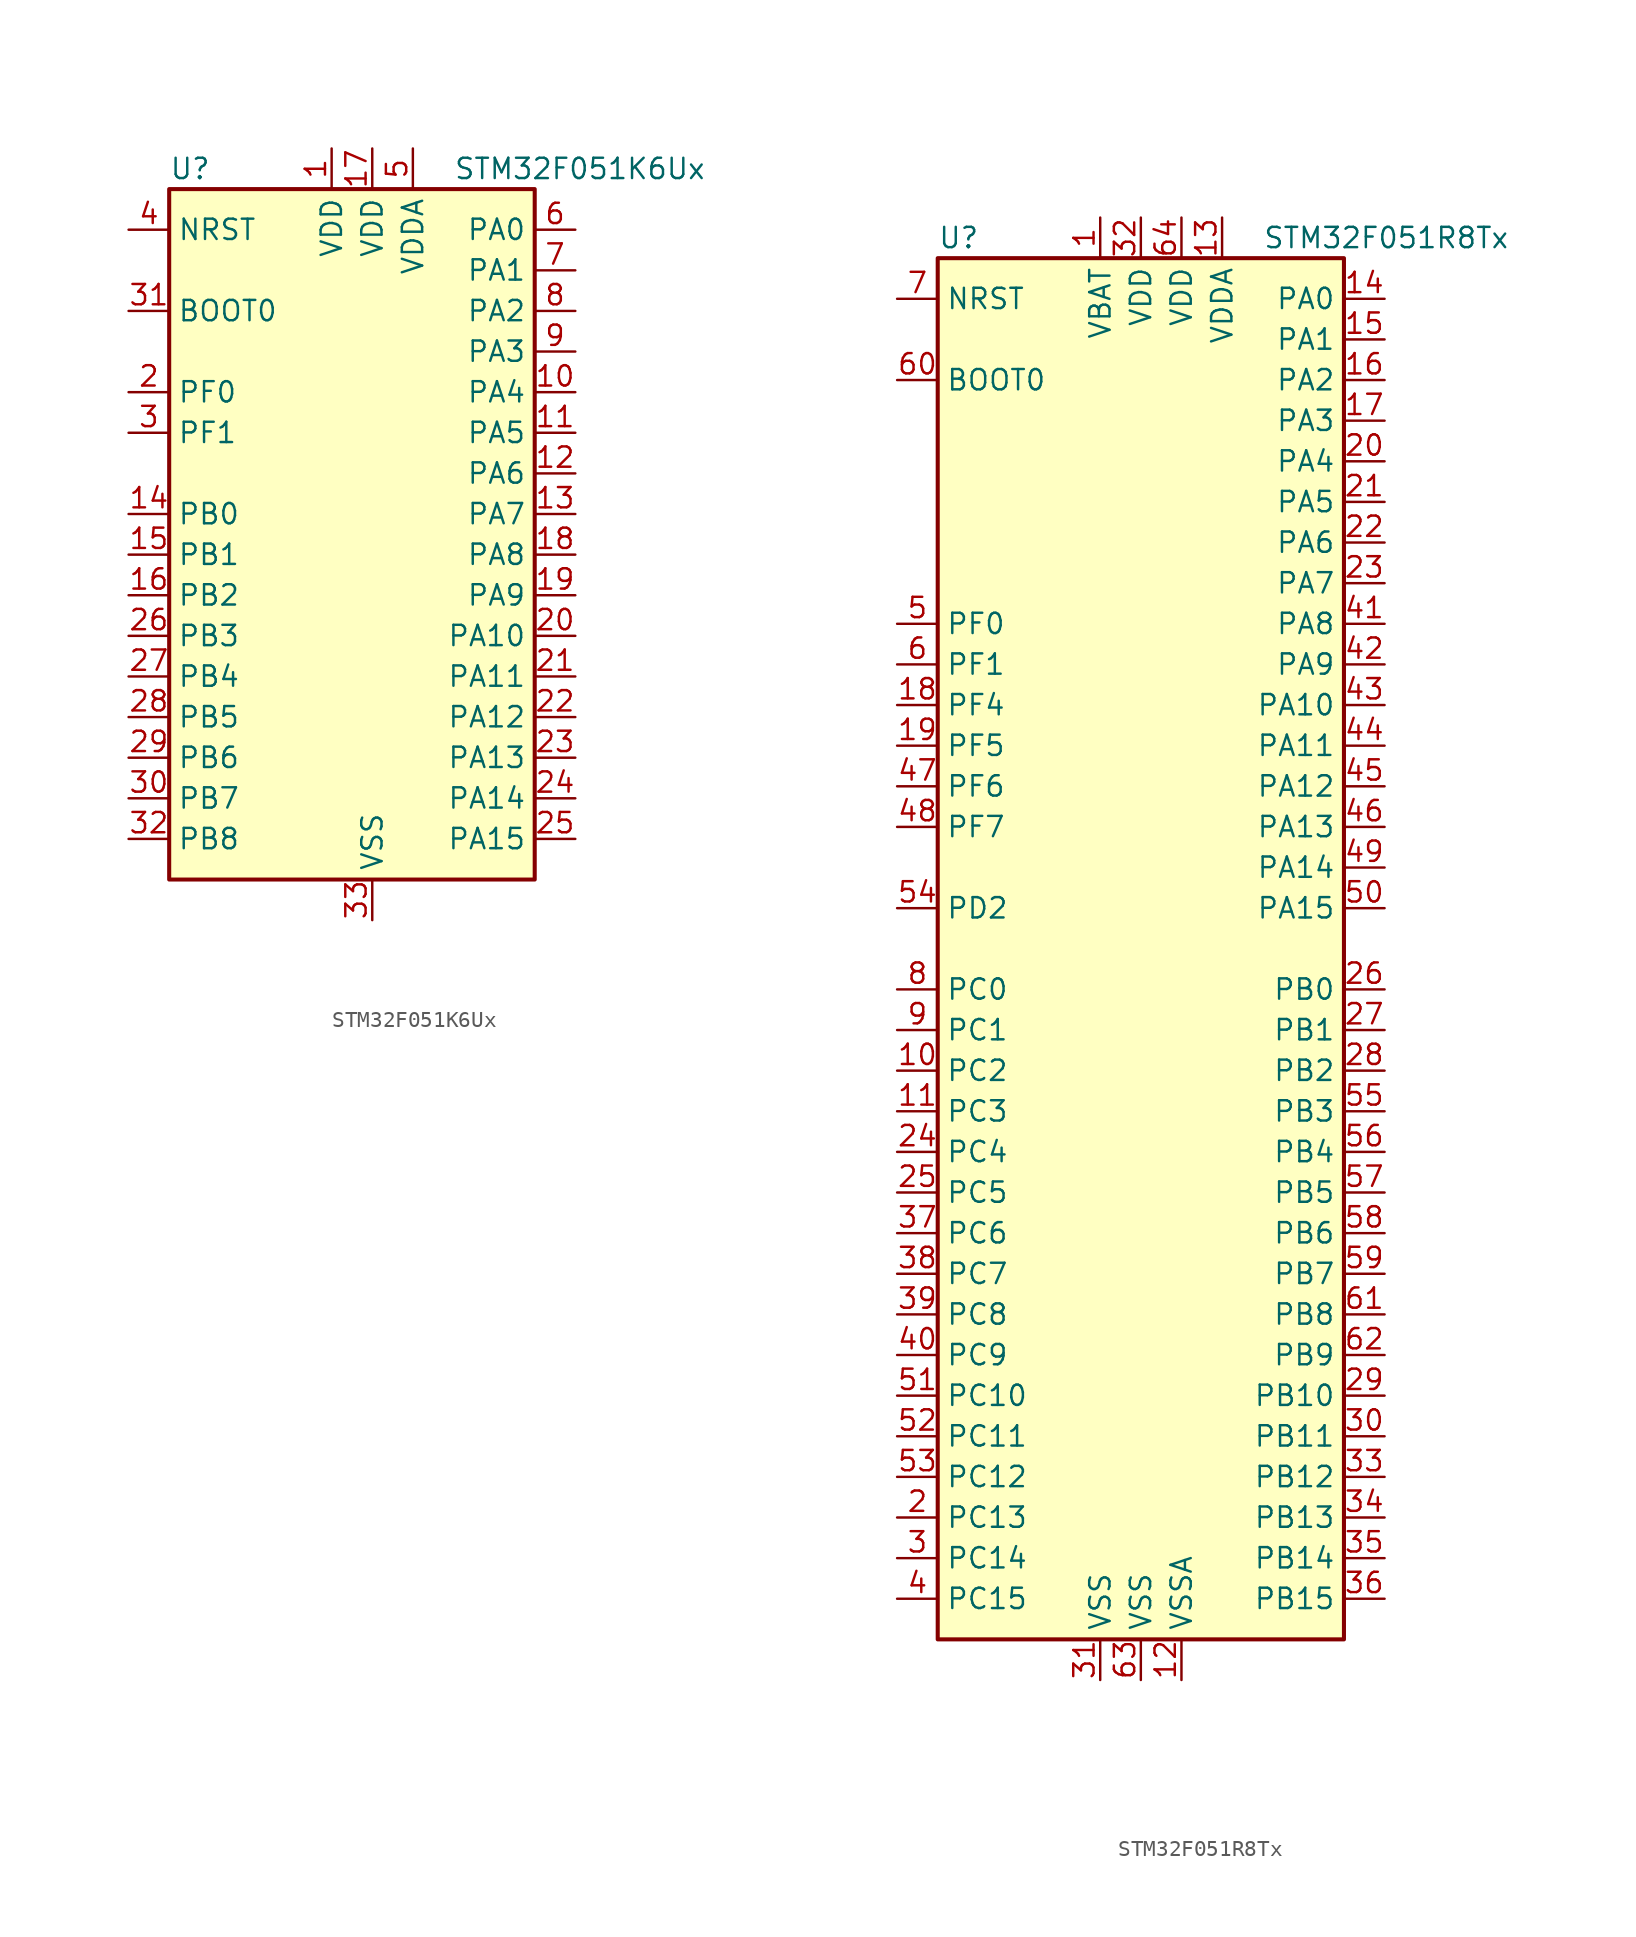
<source format=kicad_sym>
(kicad_symbol_lib
  (version 20201005)
  (generator kicad_symbol_editor)
  (symbol "STM32F051K6Ux"
    (property "Reference" "U"
      (at -12.7 21.59 0)
      (effects (font (size 1.27 1.27)) (justify left)))
    (property "Value" "STM32F051K6Ux"
      (at 5.08 21.59 0)
      (effects (font (size 1.27 1.27)) (justify left)))
    (symbol "STM32F051K6Ux_0_1"
      (rectangle (start -12.7 -22.86) (end 10.16 20.32) (stroke (width 0.254)) (fill (type background))))
    (symbol "STM32F051K6Ux_1_1"
      (pin input line (at -15.24 12.7 0) (length 2.54) (name "BOOT0" (effects (font (size 1.27 1.27)))) (number "31" (effects (font (size 1.27 1.27)))))
      (pin input line (at -15.24 17.78 0) (length 2.54) (name "NRST" (effects (font (size 1.27 1.27)))) (number "4" (effects (font (size 1.27 1.27)))))
      (pin bidirectional line (at 12.7 17.78 180) (length 2.54) (name "PA0" (effects (font (size 1.27 1.27)))) (number "6" (effects (font (size 1.27 1.27)))))
      (pin bidirectional line (at 12.7 15.24 180) (length 2.54) (name "PA1" (effects (font (size 1.27 1.27)))) (number "7" (effects (font (size 1.27 1.27)))))
      (pin bidirectional line (at 12.7 -7.62 180) (length 2.54) (name "PA10" (effects (font (size 1.27 1.27)))) (number "20" (effects (font (size 1.27 1.27)))))
      (pin bidirectional line (at 12.7 -10.16 180) (length 2.54) (name "PA11" (effects (font (size 1.27 1.27)))) (number "21" (effects (font (size 1.27 1.27)))))
      (pin bidirectional line (at 12.7 -12.7 180) (length 2.54) (name "PA12" (effects (font (size 1.27 1.27)))) (number "22" (effects (font (size 1.27 1.27)))))
      (pin bidirectional line (at 12.7 -15.24 180) (length 2.54) (name "PA13" (effects (font (size 1.27 1.27)))) (number "23" (effects (font (size 1.27 1.27)))))
      (pin bidirectional line (at 12.7 -17.78 180) (length 2.54) (name "PA14" (effects (font (size 1.27 1.27)))) (number "24" (effects (font (size 1.27 1.27)))))
      (pin bidirectional line (at 12.7 -20.32 180) (length 2.54) (name "PA15" (effects (font (size 1.27 1.27)))) (number "25" (effects (font (size 1.27 1.27)))))
      (pin bidirectional line (at 12.7 12.7 180) (length 2.54) (name "PA2" (effects (font (size 1.27 1.27)))) (number "8" (effects (font (size 1.27 1.27)))))
      (pin bidirectional line (at 12.7 10.16 180) (length 2.54) (name "PA3" (effects (font (size 1.27 1.27)))) (number "9" (effects (font (size 1.27 1.27)))))
      (pin bidirectional line (at 12.7 7.62 180) (length 2.54) (name "PA4" (effects (font (size 1.27 1.27)))) (number "10" (effects (font (size 1.27 1.27)))))
      (pin bidirectional line (at 12.7 5.08 180) (length 2.54) (name "PA5" (effects (font (size 1.27 1.27)))) (number "11" (effects (font (size 1.27 1.27)))))
      (pin bidirectional line (at 12.7 2.54 180) (length 2.54) (name "PA6" (effects (font (size 1.27 1.27)))) (number "12" (effects (font (size 1.27 1.27)))))
      (pin bidirectional line (at 12.7 0 180) (length 2.54) (name "PA7" (effects (font (size 1.27 1.27)))) (number "13" (effects (font (size 1.27 1.27)))))
      (pin bidirectional line (at 12.7 -2.54 180) (length 2.54) (name "PA8" (effects (font (size 1.27 1.27)))) (number "18" (effects (font (size 1.27 1.27)))))
      (pin bidirectional line (at 12.7 -5.08 180) (length 2.54) (name "PA9" (effects (font (size 1.27 1.27)))) (number "19" (effects (font (size 1.27 1.27)))))
      (pin bidirectional line (at -15.24 0 0) (length 2.54) (name "PB0" (effects (font (size 1.27 1.27)))) (number "14" (effects (font (size 1.27 1.27)))))
      (pin bidirectional line (at -15.24 -2.54 0) (length 2.54) (name "PB1" (effects (font (size 1.27 1.27)))) (number "15" (effects (font (size 1.27 1.27)))))
      (pin bidirectional line (at -15.24 -5.08 0) (length 2.54) (name "PB2" (effects (font (size 1.27 1.27)))) (number "16" (effects (font (size 1.27 1.27)))))
      (pin bidirectional line (at -15.24 -7.62 0) (length 2.54) (name "PB3" (effects (font (size 1.27 1.27)))) (number "26" (effects (font (size 1.27 1.27)))))
      (pin bidirectional line (at -15.24 -10.16 0) (length 2.54) (name "PB4" (effects (font (size 1.27 1.27)))) (number "27" (effects (font (size 1.27 1.27)))))
      (pin bidirectional line (at -15.24 -12.7 0) (length 2.54) (name "PB5" (effects (font (size 1.27 1.27)))) (number "28" (effects (font (size 1.27 1.27)))))
      (pin bidirectional line (at -15.24 -15.24 0) (length 2.54) (name "PB6" (effects (font (size 1.27 1.27)))) (number "29" (effects (font (size 1.27 1.27)))))
      (pin bidirectional line (at -15.24 -17.78 0) (length 2.54) (name "PB7" (effects (font (size 1.27 1.27)))) (number "30" (effects (font (size 1.27 1.27)))))
      (pin bidirectional line (at -15.24 -20.32 0) (length 2.54) (name "PB8" (effects (font (size 1.27 1.27)))) (number "32" (effects (font (size 1.27 1.27)))))
      (pin input line (at -15.24 7.62 0) (length 2.54) (name "PF0" (effects (font (size 1.27 1.27)))) (number "2" (effects (font (size 1.27 1.27)))))
      (pin input line (at -15.24 5.08 0) (length 2.54) (name "PF1" (effects (font (size 1.27 1.27)))) (number "3" (effects (font (size 1.27 1.27)))))
      (pin power_in line (at -2.54 22.86 270) (length 2.54) (name "VDD" (effects (font (size 1.27 1.27)))) (number "1" (effects (font (size 1.27 1.27)))))
      (pin power_in line (at 0 22.86 270) (length 2.54) (name "VDD" (effects (font (size 1.27 1.27)))) (number "17" (effects (font (size 1.27 1.27)))))
      (pin power_in line (at 2.54 22.86 270) (length 2.54) (name "VDDA" (effects (font (size 1.27 1.27)))) (number "5" (effects (font (size 1.27 1.27)))))
      (pin power_in line (at 0 -25.4 90) (length 2.54) (name "VSS" (effects (font (size 1.27 1.27)))) (number "33" (effects (font (size 1.27 1.27)))))))
  (symbol "STM32F051R8Tx"
    (property "Reference" "U"
      (at -12.7 44.45 0)
      (effects (font (size 1.27 1.27)) (justify left)))
    (property "Value" "STM32F051R8Tx"
      (at 7.62 44.45 0)
      (effects (font (size 1.27 1.27)) (justify left)))
    (symbol "STM32F051R8Tx_0_1"
      (rectangle (start -12.7 -43.18) (end 12.7 43.18) (stroke (width 0.254)) (fill (type background))))
    (symbol "STM32F051R8Tx_1_1"
      (pin input line (at -15.24 35.56 0) (length 2.54) (name "BOOT0" (effects (font (size 1.27 1.27)))) (number "60" (effects (font (size 1.27 1.27)))))
      (pin input line (at -15.24 40.64 0) (length 2.54) (name "NRST" (effects (font (size 1.27 1.27)))) (number "7" (effects (font (size 1.27 1.27)))))
      (pin bidirectional line (at 15.24 40.64 180) (length 2.54) (name "PA0" (effects (font (size 1.27 1.27)))) (number "14" (effects (font (size 1.27 1.27)))))
      (pin bidirectional line (at 15.24 38.1 180) (length 2.54) (name "PA1" (effects (font (size 1.27 1.27)))) (number "15" (effects (font (size 1.27 1.27)))))
      (pin bidirectional line (at 15.24 15.24 180) (length 2.54) (name "PA10" (effects (font (size 1.27 1.27)))) (number "43" (effects (font (size 1.27 1.27)))))
      (pin bidirectional line (at 15.24 12.7 180) (length 2.54) (name "PA11" (effects (font (size 1.27 1.27)))) (number "44" (effects (font (size 1.27 1.27)))))
      (pin bidirectional line (at 15.24 10.16 180) (length 2.54) (name "PA12" (effects (font (size 1.27 1.27)))) (number "45" (effects (font (size 1.27 1.27)))))
      (pin bidirectional line (at 15.24 7.62 180) (length 2.54) (name "PA13" (effects (font (size 1.27 1.27)))) (number "46" (effects (font (size 1.27 1.27)))))
      (pin bidirectional line (at 15.24 5.08 180) (length 2.54) (name "PA14" (effects (font (size 1.27 1.27)))) (number "49" (effects (font (size 1.27 1.27)))))
      (pin bidirectional line (at 15.24 2.54 180) (length 2.54) (name "PA15" (effects (font (size 1.27 1.27)))) (number "50" (effects (font (size 1.27 1.27)))))
      (pin bidirectional line (at 15.24 35.56 180) (length 2.54) (name "PA2" (effects (font (size 1.27 1.27)))) (number "16" (effects (font (size 1.27 1.27)))))
      (pin bidirectional line (at 15.24 33.02 180) (length 2.54) (name "PA3" (effects (font (size 1.27 1.27)))) (number "17" (effects (font (size 1.27 1.27)))))
      (pin bidirectional line (at 15.24 30.48 180) (length 2.54) (name "PA4" (effects (font (size 1.27 1.27)))) (number "20" (effects (font (size 1.27 1.27)))))
      (pin bidirectional line (at 15.24 27.94 180) (length 2.54) (name "PA5" (effects (font (size 1.27 1.27)))) (number "21" (effects (font (size 1.27 1.27)))))
      (pin bidirectional line (at 15.24 25.4 180) (length 2.54) (name "PA6" (effects (font (size 1.27 1.27)))) (number "22" (effects (font (size 1.27 1.27)))))
      (pin bidirectional line (at 15.24 22.86 180) (length 2.54) (name "PA7" (effects (font (size 1.27 1.27)))) (number "23" (effects (font (size 1.27 1.27)))))
      (pin bidirectional line (at 15.24 20.32 180) (length 2.54) (name "PA8" (effects (font (size 1.27 1.27)))) (number "41" (effects (font (size 1.27 1.27)))))
      (pin bidirectional line (at 15.24 17.78 180) (length 2.54) (name "PA9" (effects (font (size 1.27 1.27)))) (number "42" (effects (font (size 1.27 1.27)))))
      (pin bidirectional line (at 15.24 -2.54 180) (length 2.54) (name "PB0" (effects (font (size 1.27 1.27)))) (number "26" (effects (font (size 1.27 1.27)))))
      (pin bidirectional line (at 15.24 -5.08 180) (length 2.54) (name "PB1" (effects (font (size 1.27 1.27)))) (number "27" (effects (font (size 1.27 1.27)))))
      (pin bidirectional line (at 15.24 -27.94 180) (length 2.54) (name "PB10" (effects (font (size 1.27 1.27)))) (number "29" (effects (font (size 1.27 1.27)))))
      (pin bidirectional line (at 15.24 -30.48 180) (length 2.54) (name "PB11" (effects (font (size 1.27 1.27)))) (number "30" (effects (font (size 1.27 1.27)))))
      (pin bidirectional line (at 15.24 -33.02 180) (length 2.54) (name "PB12" (effects (font (size 1.27 1.27)))) (number "33" (effects (font (size 1.27 1.27)))))
      (pin bidirectional line (at 15.24 -35.56 180) (length 2.54) (name "PB13" (effects (font (size 1.27 1.27)))) (number "34" (effects (font (size 1.27 1.27)))))
      (pin bidirectional line (at 15.24 -38.1 180) (length 2.54) (name "PB14" (effects (font (size 1.27 1.27)))) (number "35" (effects (font (size 1.27 1.27)))))
      (pin bidirectional line (at 15.24 -40.64 180) (length 2.54) (name "PB15" (effects (font (size 1.27 1.27)))) (number "36" (effects (font (size 1.27 1.27)))))
      (pin bidirectional line (at 15.24 -7.62 180) (length 2.54) (name "PB2" (effects (font (size 1.27 1.27)))) (number "28" (effects (font (size 1.27 1.27)))))
      (pin bidirectional line (at 15.24 -10.16 180) (length 2.54) (name "PB3" (effects (font (size 1.27 1.27)))) (number "55" (effects (font (size 1.27 1.27)))))
      (pin bidirectional line (at 15.24 -12.7 180) (length 2.54) (name "PB4" (effects (font (size 1.27 1.27)))) (number "56" (effects (font (size 1.27 1.27)))))
      (pin bidirectional line (at 15.24 -15.24 180) (length 2.54) (name "PB5" (effects (font (size 1.27 1.27)))) (number "57" (effects (font (size 1.27 1.27)))))
      (pin bidirectional line (at 15.24 -17.78 180) (length 2.54) (name "PB6" (effects (font (size 1.27 1.27)))) (number "58" (effects (font (size 1.27 1.27)))))
      (pin bidirectional line (at 15.24 -20.32 180) (length 2.54) (name "PB7" (effects (font (size 1.27 1.27)))) (number "59" (effects (font (size 1.27 1.27)))))
      (pin bidirectional line (at 15.24 -22.86 180) (length 2.54) (name "PB8" (effects (font (size 1.27 1.27)))) (number "61" (effects (font (size 1.27 1.27)))))
      (pin bidirectional line (at 15.24 -25.4 180) (length 2.54) (name "PB9" (effects (font (size 1.27 1.27)))) (number "62" (effects (font (size 1.27 1.27)))))
      (pin bidirectional line (at -15.24 -2.54 0) (length 2.54) (name "PC0" (effects (font (size 1.27 1.27)))) (number "8" (effects (font (size 1.27 1.27)))))
      (pin bidirectional line (at -15.24 -5.08 0) (length 2.54) (name "PC1" (effects (font (size 1.27 1.27)))) (number "9" (effects (font (size 1.27 1.27)))))
      (pin bidirectional line (at -15.24 -27.94 0) (length 2.54) (name "PC10" (effects (font (size 1.27 1.27)))) (number "51" (effects (font (size 1.27 1.27)))))
      (pin bidirectional line (at -15.24 -30.48 0) (length 2.54) (name "PC11" (effects (font (size 1.27 1.27)))) (number "52" (effects (font (size 1.27 1.27)))))
      (pin bidirectional line (at -15.24 -33.02 0) (length 2.54) (name "PC12" (effects (font (size 1.27 1.27)))) (number "53" (effects (font (size 1.27 1.27)))))
      (pin bidirectional line (at -15.24 -35.56 0) (length 2.54) (name "PC13" (effects (font (size 1.27 1.27)))) (number "2" (effects (font (size 1.27 1.27)))))
      (pin bidirectional line (at -15.24 -38.1 0) (length 2.54) (name "PC14" (effects (font (size 1.27 1.27)))) (number "3" (effects (font (size 1.27 1.27)))))
      (pin bidirectional line (at -15.24 -40.64 0) (length 2.54) (name "PC15" (effects (font (size 1.27 1.27)))) (number "4" (effects (font (size 1.27 1.27)))))
      (pin bidirectional line (at -15.24 -7.62 0) (length 2.54) (name "PC2" (effects (font (size 1.27 1.27)))) (number "10" (effects (font (size 1.27 1.27)))))
      (pin bidirectional line (at -15.24 -10.16 0) (length 2.54) (name "PC3" (effects (font (size 1.27 1.27)))) (number "11" (effects (font (size 1.27 1.27)))))
      (pin bidirectional line (at -15.24 -12.7 0) (length 2.54) (name "PC4" (effects (font (size 1.27 1.27)))) (number "24" (effects (font (size 1.27 1.27)))))
      (pin bidirectional line (at -15.24 -15.24 0) (length 2.54) (name "PC5" (effects (font (size 1.27 1.27)))) (number "25" (effects (font (size 1.27 1.27)))))
      (pin bidirectional line (at -15.24 -17.78 0) (length 2.54) (name "PC6" (effects (font (size 1.27 1.27)))) (number "37" (effects (font (size 1.27 1.27)))))
      (pin bidirectional line (at -15.24 -20.32 0) (length 2.54) (name "PC7" (effects (font (size 1.27 1.27)))) (number "38" (effects (font (size 1.27 1.27)))))
      (pin bidirectional line (at -15.24 -22.86 0) (length 2.54) (name "PC8" (effects (font (size 1.27 1.27)))) (number "39" (effects (font (size 1.27 1.27)))))
      (pin bidirectional line (at -15.24 -25.4 0) (length 2.54) (name "PC9" (effects (font (size 1.27 1.27)))) (number "40" (effects (font (size 1.27 1.27)))))
      (pin bidirectional line (at -15.24 2.54 0) (length 2.54) (name "PD2" (effects (font (size 1.27 1.27)))) (number "54" (effects (font (size 1.27 1.27)))))
      (pin input line (at -15.24 20.32 0) (length 2.54) (name "PF0" (effects (font (size 1.27 1.27)))) (number "5" (effects (font (size 1.27 1.27)))))
      (pin input line (at -15.24 17.78 0) (length 2.54) (name "PF1" (effects (font (size 1.27 1.27)))) (number "6" (effects (font (size 1.27 1.27)))))
      (pin bidirectional line (at -15.24 15.24 0) (length 2.54) (name "PF4" (effects (font (size 1.27 1.27)))) (number "18" (effects (font (size 1.27 1.27)))))
      (pin bidirectional line (at -15.24 12.7 0) (length 2.54) (name "PF5" (effects (font (size 1.27 1.27)))) (number "19" (effects (font (size 1.27 1.27)))))
      (pin bidirectional line (at -15.24 10.16 0) (length 2.54) (name "PF6" (effects (font (size 1.27 1.27)))) (number "47" (effects (font (size 1.27 1.27)))))
      (pin bidirectional line (at -15.24 7.62 0) (length 2.54) (name "PF7" (effects (font (size 1.27 1.27)))) (number "48" (effects (font (size 1.27 1.27)))))
      (pin power_in line (at -2.54 45.72 270) (length 2.54) (name "VBAT" (effects (font (size 1.27 1.27)))) (number "1" (effects (font (size 1.27 1.27)))))
      (pin power_in line (at 0 45.72 270) (length 2.54) (name "VDD" (effects (font (size 1.27 1.27)))) (number "32" (effects (font (size 1.27 1.27)))))
      (pin power_in line (at 2.54 45.72 270) (length 2.54) (name "VDD" (effects (font (size 1.27 1.27)))) (number "64" (effects (font (size 1.27 1.27)))))
      (pin power_in line (at 5.08 45.72 270) (length 2.54) (name "VDDA" (effects (font (size 1.27 1.27)))) (number "13" (effects (font (size 1.27 1.27)))))
      (pin power_in line (at -2.54 -45.72 90) (length 2.54) (name "VSS" (effects (font (size 1.27 1.27)))) (number "31" (effects (font (size 1.27 1.27)))))
      (pin power_in line (at 0 -45.72 90) (length 2.54) (name "VSS" (effects (font (size 1.27 1.27)))) (number "63" (effects (font (size 1.27 1.27)))))
      (pin power_in line (at 2.54 -45.72 90) (length 2.54) (name "VSSA" (effects (font (size 1.27 1.27)))) (number "12" (effects (font (size 1.27 1.27))))))))
</source>
